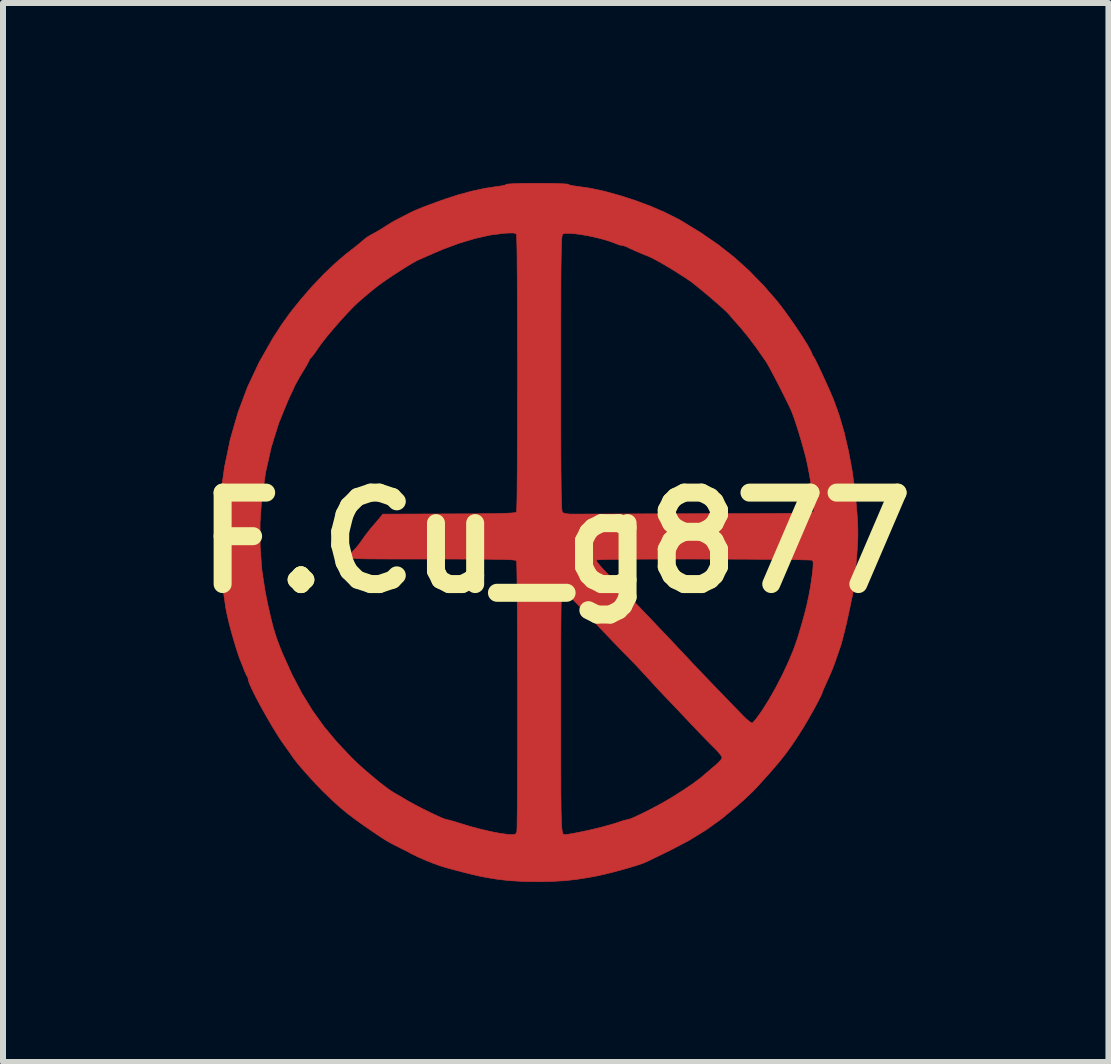
<source format=kicad_pcb>
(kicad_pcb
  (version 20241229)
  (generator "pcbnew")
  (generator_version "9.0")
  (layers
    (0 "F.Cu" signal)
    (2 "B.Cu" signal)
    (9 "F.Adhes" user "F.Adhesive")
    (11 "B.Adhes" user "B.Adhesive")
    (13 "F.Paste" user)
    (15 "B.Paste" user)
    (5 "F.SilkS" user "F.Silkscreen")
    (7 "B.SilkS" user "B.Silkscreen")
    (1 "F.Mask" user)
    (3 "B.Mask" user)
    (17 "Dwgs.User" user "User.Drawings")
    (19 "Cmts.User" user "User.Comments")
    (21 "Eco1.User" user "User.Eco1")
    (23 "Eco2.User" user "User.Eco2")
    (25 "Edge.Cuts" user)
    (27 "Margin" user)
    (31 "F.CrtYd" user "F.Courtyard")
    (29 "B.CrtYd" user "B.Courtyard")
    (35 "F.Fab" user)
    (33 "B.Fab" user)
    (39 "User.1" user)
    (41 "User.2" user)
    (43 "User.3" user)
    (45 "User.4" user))
  (footprint "F.Cu_g877"
    (layer "F.Cu")
    (at 6.212 5.995)
    (property "Reference" "F.Cu_g877" (at 0 0 0) (layer "F.SilkS") (effects (font (size 1.524 1.524) (thickness 0.3))))
    (attr through_hole)
    (fp_poly (pts (xy -0.164 -5.989) (xy -0.036 -5.987) (xy 0.071 -5.984) (xy 0.152 -5.98) (xy 0.2 -5.976) (xy 0.212 -5.972) (xy 0.231 -5.961) (xy 0.282 -5.95) (xy 0.353 -5.94) (xy 0.355 -5.94) (xy 0.569 -5.909) (xy 0.809 -5.858) (xy 1.063 -5.788) (xy 1.322 -5.705) (xy 1.577 -5.61) (xy 1.816 -5.507) (xy 2.031 -5.399) (xy 2.1 -5.361) (xy 2.424 -5.162) (xy 2.714 -4.962) (xy 2.978 -4.754) (xy 3.224 -4.532) (xy 3.461 -4.288) (xy 3.676 -4.042) (xy 3.749 -3.95) (xy 3.829 -3.843) (xy 3.912 -3.727) (xy 3.996 -3.606) (xy 4.075 -3.488) (xy 4.146 -3.377) (xy 4.205 -3.28) (xy 4.248 -3.202) (xy 4.272 -3.149) (xy 4.276 -3.133) (xy 4.291 -3.109) (xy 4.293 -3.108) (xy 4.306 -3.087) (xy 4.334 -3.035) (xy 4.371 -2.958) (xy 4.417 -2.863) (xy 4.466 -2.756) (xy 4.516 -2.646) (xy 4.564 -2.539) (xy 4.606 -2.441) (xy 4.632 -2.38) (xy 4.724 -2.124) (xy 4.808 -1.835) (xy 4.881 -1.521) (xy 4.942 -1.19) (xy 4.989 -0.851) (xy 5.02 -0.511) (xy 5.021 -0.5) (xy 5.03 -0.357) (xy 5.035 -0.236) (xy 5.036 -0.125) (xy 5.033 -0.011) (xy 5.025 0.118) (xy 5.013 0.274) (xy 5.009 0.315) (xy 4.997 0.453) (xy 4.984 0.583) (xy 4.972 0.696) (xy 4.962 0.785) (xy 4.953 0.841) (xy 4.952 0.847) (xy 4.938 0.912) (xy 4.919 1.002) (xy 4.899 1.101) (xy 4.892 1.132) (xy 4.867 1.247) (xy 4.84 1.368) (xy 4.811 1.487) (xy 4.784 1.594) (xy 4.761 1.681) (xy 4.743 1.738) (xy 4.74 1.746) (xy 4.726 1.786) (xy 4.703 1.852) (xy 4.675 1.934) (xy 4.667 1.958) (xy 4.629 2.062) (xy 4.581 2.181) (xy 4.533 2.289) (xy 4.527 2.301) (xy 4.491 2.38) (xy 4.463 2.443) (xy 4.447 2.482) (xy 4.445 2.489) (xy 4.435 2.519) (xy 4.407 2.578) (xy 4.365 2.66) (xy 4.314 2.756) (xy 4.256 2.86) (xy 4.196 2.964) (xy 4.138 3.062) (xy 4.114 3.101) (xy 4.013 3.26) (xy 3.922 3.394) (xy 3.834 3.516) (xy 3.74 3.635) (xy 3.631 3.764) (xy 3.527 3.882) (xy 3.43 3.989) (xy 3.352 4.075) (xy 3.283 4.147) (xy 3.213 4.214) (xy 3.134 4.288) (xy 3.037 4.374) (xy 2.774 4.594) (xy 2.505 4.788) (xy 2.218 4.964) (xy 1.901 5.13) (xy 1.893 5.134) (xy 1.781 5.188) (xy 1.681 5.237) (xy 1.599 5.277) (xy 1.542 5.305) (xy 1.518 5.316) (xy 1.451 5.344) (xy 1.348 5.379) (xy 1.215 5.419) (xy 1.092 5.454) (xy 0.935 5.496) (xy 0.803 5.528) (xy 0.682 5.555) (xy 0.557 5.578) (xy 0.413 5.601) (xy 0.364 5.609) (xy 0.166 5.632) (xy -0.059 5.645) (xy -0.297 5.65) (xy -0.536 5.646) (xy -0.762 5.633) (xy -0.961 5.611) (xy -0.974 5.609) (xy -1.081 5.592) (xy -1.177 5.575) (xy -1.271 5.557) (xy -1.371 5.534) (xy -1.484 5.506) (xy -1.62 5.471) (xy -1.785 5.427) (xy -1.849 5.409) (xy -1.939 5.381) (xy -2.053 5.339) (xy -2.175 5.29) (xy -2.292 5.239) (xy -2.388 5.192) (xy -2.412 5.18) (xy -2.474 5.146) (xy -2.552 5.107) (xy -2.592 5.087) (xy -2.693 5.036) (xy -2.772 4.994) (xy -2.842 4.953) (xy -2.92 4.903) (xy -2.995 4.853) (xy -3.179 4.727) (xy -3.335 4.616) (xy -3.472 4.512) (xy -3.597 4.408) (xy -3.719 4.298) (xy -3.846 4.176) (xy -3.895 4.128) (xy -3.986 4.034) (xy -4.082 3.93) (xy -4.177 3.824) (xy -4.264 3.724) (xy -4.335 3.637) (xy -4.383 3.573) (xy -4.385 3.57) (xy -4.43 3.504) (xy -4.487 3.424) (xy -4.529 3.365) (xy -4.589 3.28) (xy -4.656 3.174) (xy -4.73 3.054) (xy -4.805 2.924) (xy -4.88 2.792) (xy -4.95 2.664) (xy -5.012 2.545) (xy -5.063 2.441) (xy -5.101 2.358) (xy -5.12 2.303) (xy -5.122 2.289) (xy -5.132 2.246) (xy -5.14 2.232) (xy -5.159 2.2) (xy -5.182 2.147) (xy -5.186 2.138) (xy -5.213 2.067) (xy -5.24 2.001) (xy -5.24 2) (xy -5.278 1.903) (xy -5.32 1.776) (xy -5.364 1.631) (xy -5.408 1.478) (xy -5.447 1.328) (xy -5.478 1.193) (xy -5.5 1.084) (xy -5.503 1.06) (xy -5.515 0.977) (xy -5.531 0.869) (xy -5.549 0.754) (xy -5.558 0.699) (xy -5.571 0.585) (xy -5.583 0.439) (xy -5.593 0.268) (xy -5.6 0.082) (xy -5.604 -0.109) (xy -5.606 -0.297) (xy -5.605 -0.328) (xy -4.928 -0.328) (xy -4.926 0.069) (xy -4.897 0.46) (xy -4.84 0.831) (xy -4.837 0.842) (xy -4.795 1.048) (xy -4.756 1.22) (xy -4.72 1.367) (xy -4.683 1.497) (xy -4.643 1.618) (xy -4.598 1.737) (xy -4.55 1.855) (xy -4.394 2.2) (xy -4.231 2.51) (xy -4.056 2.795) (xy -3.864 3.063) (xy -3.648 3.322) (xy -3.404 3.581) (xy -3.397 3.588) (xy -3.303 3.678) (xy -3.194 3.777) (xy -3.078 3.876) (xy -2.963 3.972) (xy -2.856 4.056) (xy -2.764 4.124) (xy -2.694 4.168) (xy -2.692 4.17) (xy -2.647 4.195) (xy -2.578 4.235) (xy -2.501 4.281) (xy -2.487 4.29) (xy -2.41 4.333) (xy -2.317 4.384) (xy -2.213 4.437) (xy -2.108 4.489) (xy -2.008 4.537) (xy -1.922 4.576) (xy -1.857 4.603) (xy -1.821 4.614) (xy -1.819 4.614) (xy -1.788 4.621) (xy -1.726 4.637) (xy -1.646 4.661) (xy -1.599 4.676) (xy -1.424 4.729) (xy -1.248 4.776) (xy -1.079 4.815) (xy -0.926 4.845) (xy -0.798 4.862) (xy -0.738 4.866) (xy -0.684 4.863) (xy -0.657 4.843) (xy -0.649 4.821) (xy -0.646 4.791) (xy -0.644 4.723) (xy -0.643 4.62) (xy -0.641 4.485) (xy -0.64 4.322) (xy -0.638 4.134) (xy -0.638 3.924) (xy -0.637 3.696) (xy -0.636 3.453) (xy -0.636 3.198) (xy -0.636 2.935) (xy -0.636 2.813) (xy 0.085 2.813) (xy 0.085 3.153) (xy 0.085 3.453) (xy 0.085 3.715) (xy 0.086 3.943) (xy 0.086 4.138) (xy 0.088 4.303) (xy 0.089 4.441) (xy 0.092 4.555) (xy 0.095 4.646) (xy 0.098 4.716) (xy 0.103 4.77) (xy 0.108 4.809) (xy 0.114 4.835) (xy 0.122 4.852) (xy 0.13 4.861) (xy 0.14 4.865) (xy 0.151 4.867) (xy 0.151 4.867) (xy 0.177 4.864) (xy 0.234 4.855) (xy 0.311 4.841) (xy 0.342 4.836) (xy 0.55 4.793) (xy 0.754 4.744) (xy 0.939 4.693) (xy 1.027 4.665) (xy 1.102 4.64) (xy 1.164 4.622) (xy 1.198 4.615) (xy 1.2 4.614) (xy 1.236 4.605) (xy 1.302 4.578) (xy 1.39 4.537) (xy 1.494 4.487) (xy 1.605 4.43) (xy 1.717 4.371) (xy 1.819 4.314) (xy 1.982 4.217) (xy 2.139 4.116) (xy 2.282 4.019) (xy 2.402 3.93) (xy 2.468 3.875) (xy 2.533 3.819) (xy 2.611 3.753) (xy 2.664 3.708) (xy 2.719 3.657) (xy 2.759 3.611) (xy 2.773 3.581) (xy 2.759 3.552) (xy 2.72 3.502) (xy 2.664 3.44) (xy 2.63 3.407) (xy 2.564 3.341) (xy 2.479 3.254) (xy 2.383 3.155) (xy 2.286 3.053) (xy 2.244 3.009) (xy 2.151 2.91) (xy 2.056 2.81) (xy 1.97 2.719) (xy 1.899 2.645) (xy 1.873 2.618) (xy 1.81 2.552) (xy 1.729 2.466) (xy 1.639 2.368) (xy 1.55 2.271) (xy 1.534 2.254) (xy 1.438 2.15) (xy 1.331 2.035) (xy 1.225 1.925) (xy 1.135 1.833) (xy 1.132 1.831) (xy 1.048 1.745) (xy 0.946 1.639) (xy 0.837 1.525) (xy 0.732 1.415) (xy 0.699 1.378) (xy 0.604 1.277) (xy 0.507 1.175) (xy 0.415 1.079) (xy 0.34 1.001) (xy 0.312 0.973) (xy 0.25 0.909) (xy 0.202 0.854) (xy 0.174 0.817) (xy 0.169 0.807) (xy 0.152 0.788) (xy 0.127 0.783) (xy 0.12 0.784) (xy 0.114 0.787) (xy 0.108 0.796) (xy 0.104 0.812) (xy 0.1 0.839) (xy 0.096 0.878) (xy 0.093 0.933) (xy 0.091 1.006) (xy 0.089 1.098) (xy 0.088 1.214) (xy 0.087 1.355) (xy 0.086 1.523) (xy 0.085 1.722) (xy 0.085 1.954) (xy 0.085 2.22) (xy 0.085 2.525) (xy 0.085 2.813) (xy -0.636 2.813) (xy -0.636 2.668) (xy -0.636 2.399) (xy -0.637 2.133) (xy -0.637 1.871) (xy -0.638 1.619) (xy -0.639 1.379) (xy -0.64 1.154) (xy -0.642 0.948) (xy -0.643 0.765) (xy -0.645 0.607) (xy -0.647 0.478) (xy -0.649 0.382) (xy -0.651 0.321) (xy -0.653 0.3) (xy -0.664 0.294) (xy -0.69 0.29) (xy -0.709 0.288) (xy 0.674 0.288) (xy 0.68 0.307) (xy 0.711 0.35) (xy 0.762 0.41) (xy 0.829 0.483) (xy 0.84 0.494) (xy 0.906 0.562) (xy 0.994 0.655) (xy 1.1 0.765) (xy 1.216 0.887) (xy 1.338 1.014) (xy 1.45 1.132) (xy 1.604 1.293) (xy 1.734 1.43) (xy 1.846 1.548) (xy 1.945 1.652) (xy 2.036 1.749) (xy 2.126 1.845) (xy 2.204 1.928) (xy 2.266 1.994) (xy 2.347 2.079) (xy 2.442 2.179) (xy 2.546 2.288) (xy 2.656 2.402) (xy 2.766 2.516) (xy 2.872 2.626) (xy 2.969 2.726) (xy 3.053 2.812) (xy 3.119 2.88) (xy 3.163 2.924) (xy 3.175 2.936) (xy 3.224 2.977) (xy 3.262 3.002) (xy 3.274 3.006) (xy 3.295 2.989) (xy 3.333 2.944) (xy 3.384 2.876) (xy 3.442 2.793) (xy 3.448 2.784) (xy 3.561 2.604) (xy 3.675 2.401) (xy 3.785 2.187) (xy 3.884 1.973) (xy 3.969 1.769) (xy 4.032 1.587) (xy 4.095 1.376) (xy 4.146 1.194) (xy 4.187 1.031) (xy 4.22 0.877) (xy 4.248 0.721) (xy 4.272 0.554) (xy 4.278 0.512) (xy 4.289 0.403) (xy 4.291 0.332) (xy 4.283 0.296) (xy 4.281 0.293) (xy 4.257 0.29) (xy 4.195 0.287) (xy 4.098 0.285) (xy 3.97 0.282) (xy 3.815 0.28) (xy 3.636 0.278) (xy 3.438 0.277) (xy 3.224 0.275) (xy 2.997 0.274) (xy 2.763 0.273) (xy 2.524 0.273) (xy 2.284 0.272) (xy 2.047 0.272) (xy 1.817 0.273) (xy 1.598 0.273) (xy 1.393 0.274) (xy 1.207 0.276) (xy 1.042 0.277) (xy 0.903 0.279) (xy 0.793 0.281) (xy 0.717 0.284) (xy 0.678 0.287) (xy 0.674 0.288) (xy -0.709 0.288) (xy -0.733 0.285) (xy -0.798 0.282) (xy -0.886 0.279) (xy -1 0.277) (xy -1.142 0.275) (xy -1.316 0.274) (xy -1.525 0.273) (xy -1.77 0.272) (xy -2.05 0.272) (xy -2.325 0.272) (xy -2.561 0.272) (xy -2.761 0.272) (xy -2.927 0.271) (xy -3.064 0.27) (xy -3.173 0.269) (xy -3.257 0.267) (xy -3.321 0.264) (xy -3.367 0.26) (xy -3.397 0.256) (xy -3.416 0.251) (xy -3.425 0.245) (xy -3.429 0.237) (xy -3.429 0.229) (xy -3.414 0.188) (xy -3.378 0.139) (xy -3.366 0.127) (xy -3.319 0.076) (xy -3.264 0.007) (xy -3.23 -0.042) (xy -3.174 -0.121) (xy -3.107 -0.208) (xy -3.063 -0.261) (xy -3.007 -0.326) (xy -2.956 -0.386) (xy -2.925 -0.423) (xy -2.882 -0.476) (xy -1.777 -0.48) (xy -1.524 -0.481) (xy -1.31 -0.482) (xy -1.133 -0.484) (xy -0.989 -0.486) (xy -0.875 -0.489) (xy -0.788 -0.492) (xy -0.726 -0.496) (xy -0.684 -0.501) (xy -0.661 -0.507) (xy -0.654 -0.512) (xy -0.651 -0.537) (xy -0.649 -0.601) (xy -0.646 -0.701) (xy -0.644 -0.833) (xy -0.643 -0.994) (xy -0.641 -1.18) (xy -0.64 -1.389) (xy -0.639 -1.617) (xy -0.638 -1.86) (xy -0.637 -2.116) (xy -0.637 -2.38) (xy -0.636 -2.65) (xy -0.636 -2.825) (xy 0.085 -2.825) (xy 0.085 -2.455) (xy 0.085 -2.126) (xy 0.085 -1.834) (xy 0.086 -1.578) (xy 0.087 -1.356) (xy 0.088 -1.166) (xy 0.09 -1.004) (xy 0.091 -0.87) (xy 0.094 -0.76) (xy 0.096 -0.673) (xy 0.099 -0.607) (xy 0.102 -0.559) (xy 0.106 -0.527) (xy 0.11 -0.509) (xy 0.113 -0.503) (xy 0.155 -0.486) (xy 0.234 -0.477) (xy 0.299 -0.477) (xy 0.343 -0.477) (xy 0.426 -0.477) (xy 0.545 -0.478) (xy 0.696 -0.478) (xy 0.877 -0.479) (xy 1.083 -0.48) (xy 1.311 -0.48) (xy 1.559 -0.481) (xy 1.823 -0.481) (xy 2.099 -0.482) (xy 2.373 -0.483) (xy 2.702 -0.483) (xy 2.991 -0.484) (xy 3.243 -0.485) (xy 3.46 -0.486) (xy 3.645 -0.487) (xy 3.801 -0.488) (xy 3.929 -0.49) (xy 4.034 -0.492) (xy 4.116 -0.494) (xy 4.18 -0.497) (xy 4.227 -0.501) (xy 4.26 -0.504) (xy 4.281 -0.509) (xy 4.294 -0.514) (xy 4.3 -0.52) (xy 4.302 -0.525) (xy 4.304 -0.569) (xy 4.299 -0.646) (xy 4.288 -0.749) (xy 4.271 -0.87) (xy 4.251 -1.002) (xy 4.228 -1.136) (xy 4.203 -1.266) (xy 4.178 -1.383) (xy 4.167 -1.429) (xy 4.134 -1.552) (xy 4.095 -1.69) (xy 4.053 -1.831) (xy 4.011 -1.964) (xy 3.972 -2.081) (xy 3.939 -2.17) (xy 3.93 -2.191) (xy 3.898 -2.263) (xy 3.852 -2.358) (xy 3.796 -2.47) (xy 3.736 -2.59) (xy 3.674 -2.71) (xy 3.615 -2.821) (xy 3.564 -2.917) (xy 3.524 -2.988) (xy 3.504 -3.02) (xy 3.346 -3.247) (xy 3.203 -3.437) (xy 3.076 -3.591) (xy 3.053 -3.617) (xy 2.989 -3.688) (xy 2.935 -3.749) (xy 2.898 -3.794) (xy 2.886 -3.808) (xy 2.859 -3.837) (xy 2.805 -3.888) (xy 2.732 -3.954) (xy 2.645 -4.029) (xy 2.552 -4.11) (xy 2.458 -4.188) (xy 2.37 -4.26) (xy 2.296 -4.32) (xy 2.244 -4.359) (xy 2.16 -4.416) (xy 2.059 -4.481) (xy 1.949 -4.55) (xy 1.837 -4.617) (xy 1.732 -4.678) (xy 1.642 -4.727) (xy 1.575 -4.761) (xy 1.551 -4.771) (xy 1.485 -4.797) (xy 1.401 -4.832) (xy 1.313 -4.87) (xy 1.235 -4.905) (xy 1.182 -4.932) (xy 1.18 -4.933) (xy 1.132 -4.95) (xy 1.109 -4.953) (xy 1.067 -4.961) (xy 1.012 -4.981) (xy 1.009 -4.983) (xy 0.914 -5.019) (xy 0.801 -5.054) (xy 0.676 -5.086) (xy 0.547 -5.114) (xy 0.422 -5.136) (xy 0.308 -5.151) (xy 0.214 -5.157) (xy 0.146 -5.154) (xy 0.116 -5.143) (xy 0.111 -5.135) (xy 0.107 -5.118) (xy 0.103 -5.09) (xy 0.099 -5.049) (xy 0.096 -4.992) (xy 0.094 -4.917) (xy 0.092 -4.821) (xy 0.09 -4.703) (xy 0.088 -4.561) (xy 0.087 -4.391) (xy 0.086 -4.191) (xy 0.086 -3.96) (xy 0.085 -3.695) (xy 0.085 -3.393) (xy 0.085 -3.053) (xy 0.085 -2.825) (xy -0.636 -2.825) (xy -0.636 -2.922) (xy -0.637 -3.193) (xy -0.637 -3.459) (xy -0.638 -3.718) (xy -0.639 -3.965) (xy -0.64 -4.198) (xy -0.641 -4.413) (xy -0.643 -4.606) (xy -0.644 -4.775) (xy -0.646 -4.916) (xy -0.649 -5.026) (xy -0.651 -5.101) (xy -0.654 -5.138) (xy -0.654 -5.141) (xy -0.672 -5.155) (xy -0.707 -5.162) (xy -0.769 -5.162) (xy -0.864 -5.157) (xy -0.87 -5.156) (xy -1.095 -5.127) (xy -1.343 -5.071) (xy -1.607 -4.992) (xy -1.878 -4.892) (xy -2.11 -4.792) (xy -2.182 -4.76) (xy -2.245 -4.732) (xy -2.273 -4.721) (xy -2.323 -4.697) (xy -2.399 -4.654) (xy -2.495 -4.596) (xy -2.601 -4.528) (xy -2.712 -4.457) (xy -2.818 -4.385) (xy -2.912 -4.319) (xy -2.953 -4.289) (xy -3.045 -4.217) (xy -3.151 -4.129) (xy -3.254 -4.041) (xy -3.298 -4.002) (xy -3.387 -3.916) (xy -3.489 -3.809) (xy -3.599 -3.688) (xy -3.708 -3.563) (xy -3.81 -3.441) (xy -3.897 -3.331) (xy -3.962 -3.24) (xy -3.97 -3.228) (xy -4.013 -3.165) (xy -4.052 -3.114) (xy -4.072 -3.092) (xy -4.1 -3.061) (xy -4.106 -3.045) (xy -4.117 -3.02) (xy -4.145 -2.968) (xy -4.186 -2.898) (xy -4.211 -2.857) (xy -4.263 -2.772) (xy -4.309 -2.69) (xy -4.344 -2.626) (xy -4.352 -2.608) (xy -4.378 -2.55) (xy -4.416 -2.47) (xy -4.456 -2.384) (xy -4.461 -2.373) (xy -4.615 -1.997) (xy -4.741 -1.593) (xy -4.837 -1.163) (xy -4.901 -0.72) (xy -4.928 -0.328) (xy -5.605 -0.328) (xy -5.604 -0.472) (xy -5.599 -0.626) (xy -5.591 -0.749) (xy -5.589 -0.768) (xy -5.52 -1.262) (xy -5.423 -1.728) (xy -5.295 -2.171) (xy -5.136 -2.596) (xy -4.943 -3.006) (xy -4.715 -3.407) (xy -4.573 -3.627) (xy -4.422 -3.838) (xy -4.249 -4.054) (xy -4.063 -4.268) (xy -3.87 -4.47) (xy -3.679 -4.653) (xy -3.497 -4.81) (xy -3.442 -4.852) (xy -3.361 -4.914) (xy -3.287 -4.974) (xy -3.229 -5.022) (xy -3.209 -5.041) (xy -3.146 -5.091) (xy -3.076 -5.133) (xy -3.071 -5.135) (xy -3.012 -5.167) (xy -2.936 -5.211) (xy -2.879 -5.246) (xy -2.806 -5.293) (xy -2.746 -5.33) (xy -2.685 -5.365) (xy -2.613 -5.403) (xy -2.518 -5.452) (xy -2.487 -5.468) (xy -2.419 -5.502) (xy -2.354 -5.533) (xy -2.286 -5.562) (xy -2.206 -5.594) (xy -2.107 -5.632) (xy -1.983 -5.677) (xy -1.841 -5.728) (xy -1.624 -5.798) (xy -1.399 -5.859) (xy -1.181 -5.906) (xy -0.984 -5.936) (xy -0.968 -5.938) (xy -0.897 -5.948) (xy -0.846 -5.96) (xy -0.826 -5.971) (xy -0.826 -5.971) (xy -0.805 -5.977) (xy -0.748 -5.981) (xy -0.661 -5.985) (xy -0.547 -5.988) (xy -0.415 -5.99) (xy -0.307 -5.99) (xy -0.164 -5.989)) (stroke (width 0.01) (type solid)) (fill yes) (layer "F.Cu")))
  (gr_rect
    (start -3 -3)
    (end 15.424 14.65)
    (stroke (width 0.1) (type default))
    (fill no)
    (layer "Edge.Cuts")))
</source>
